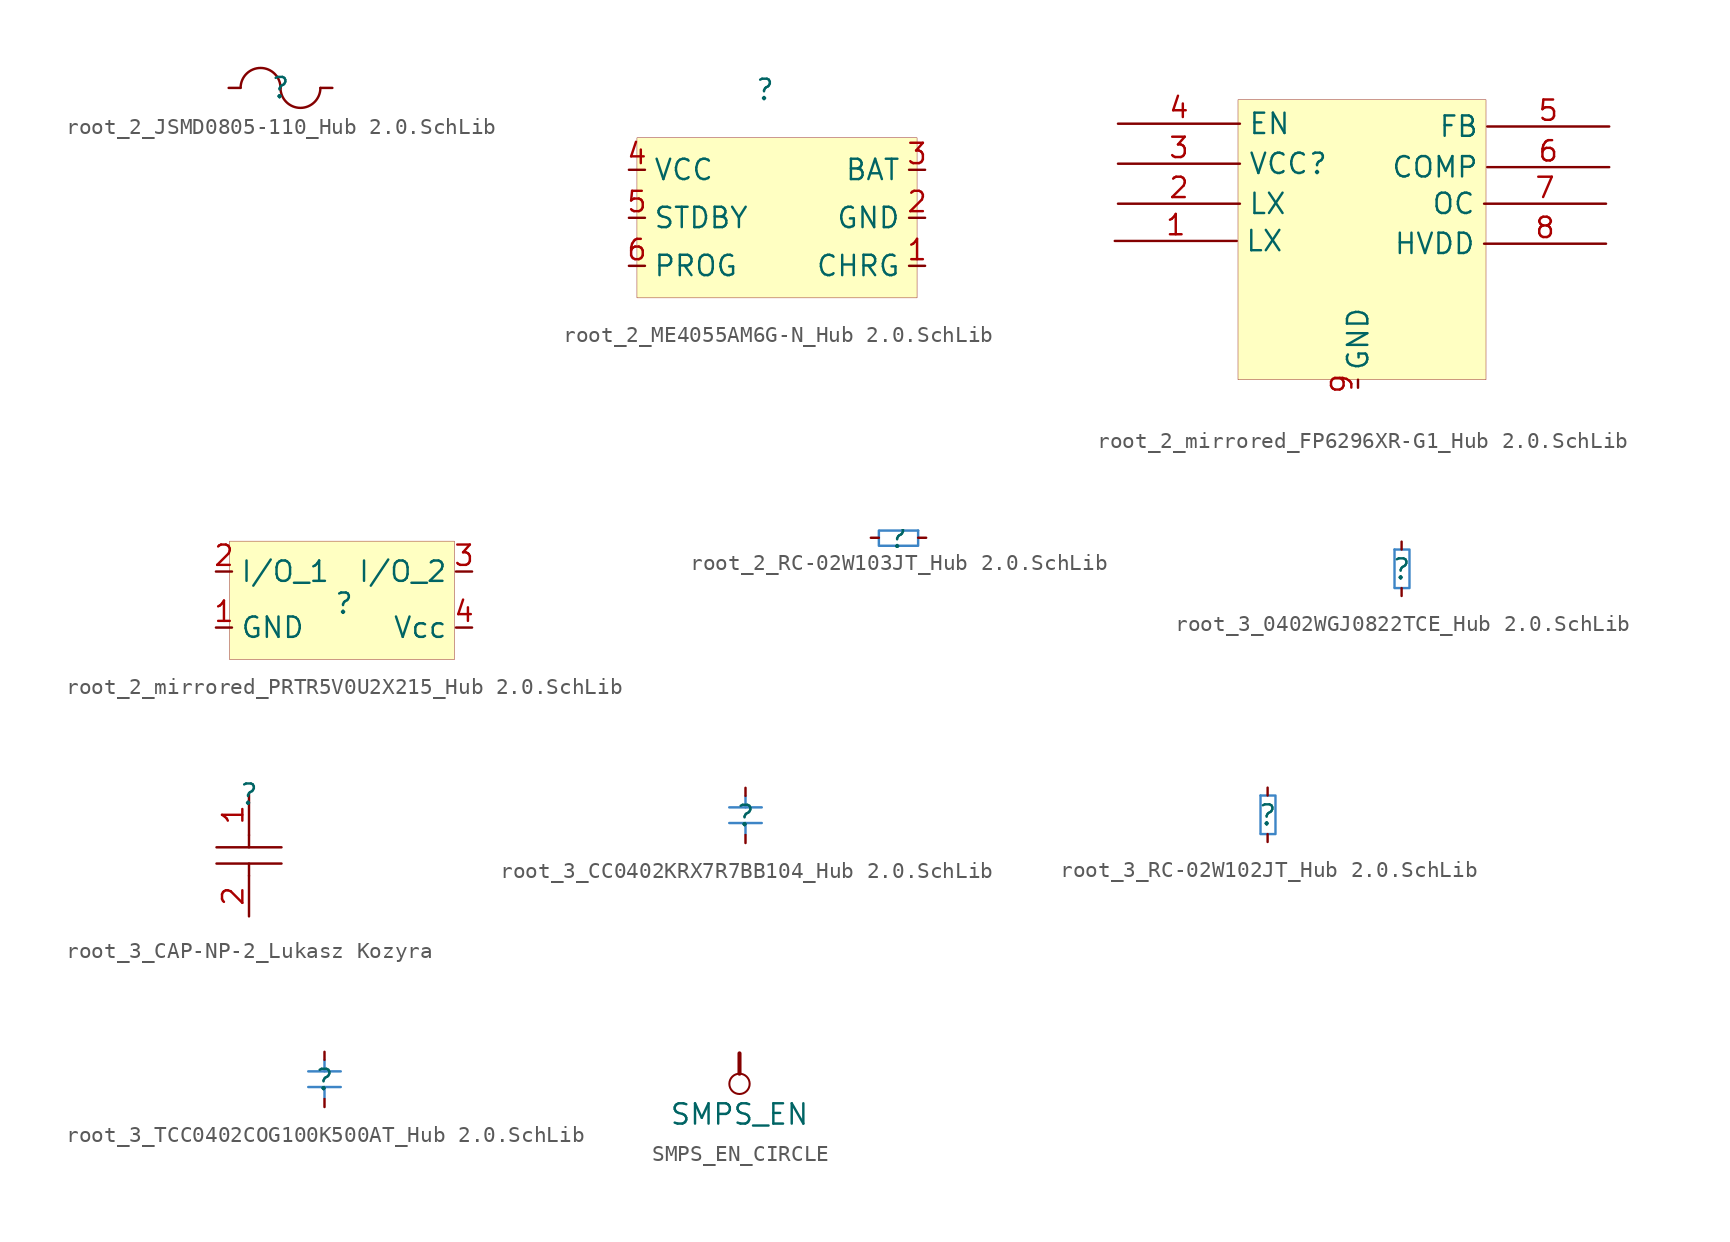
<source format=kicad_sym>
(kicad_symbol_lib
  (version 20241209)
  (generator "kicad_symbol_editor")
  (generator_version "9.0")
  (symbol "root_2_JSMD0805-110_Hub 2.0.SchLib"
    (pin_numbers
      (hide yes))
    (pin_names
      (hide yes))
    (property "Reference" ""
      (at 0 0 0)
      (effects (font (size 1.27 1.27))))
    (property "Value" ""
      (at 0 0 0)
      (effects (font (size 1.27 1.27))))
    (symbol "root_2_JSMD0805-110_Hub 2.0.SchLib_1_0"
      (arc (start -2.4998 0.0228) (mid -1.2386 1.25) (end 0 0) (stroke (width 0) (type solid)) (fill (type none)))
      (arc (start 2.5 -0.0036) (mid 1.2482 -1.25) (end 0 0) (stroke (width 0) (type solid)) (fill (type none)))
      (pin passive line (at -3.25 0 0) (length 0.75) (name "2" (effects (font (size 1.27 1.27)))) (number "2" (effects (font (size 1.27 1.27)))))
      (pin passive line (at 3.25 0 180) (length 0.75) (name "1" (effects (font (size 1.27 1.27)))) (number "1" (effects (font (size 1.27 1.27)))))))
  (symbol "root_2_ME4055AM6G-N_Hub 2.0.SchLib"
    (property "Reference" ""
      (at 0 0 0)
      (effects (font (size 1.27 1.27))))
    (property "Value" ""
      (at 0 0 0)
      (effects (font (size 1.27 1.27))))
    (symbol "root_2_ME4055AM6G-N_Hub 2.0.SchLib_1_0"
      (rectangle (start 9.5 -3) (end -8 -13) (stroke (width 0.025) (type solid) (color 128 0 0 1)) (fill (type background)))
      (pin passive line (at -8.5 -5 0) (length 1) (name "VCC" (effects (font (size 1.27 1.27)))) (number "4" (effects (font (size 1.27 1.27)))))
      (pin passive line (at -8.5 -8 0) (length 1) (name "STDBY" (effects (font (size 1.27 1.27)))) (number "5" (effects (font (size 1.27 1.27)))))
      (pin passive line (at -8.5 -11 0) (length 1) (name "PROG" (effects (font (size 1.27 1.27)))) (number "6" (effects (font (size 1.27 1.27)))))
      (pin passive line (at 10 -5 180) (length 1) (name "BAT" (effects (font (size 1.27 1.27)))) (number "3" (effects (font (size 1.27 1.27)))))
      (pin passive line (at 10 -8 180) (length 1) (name "GND" (effects (font (size 1.27 1.27)))) (number "2" (effects (font (size 1.27 1.27)))))
      (pin passive line (at 10 -11 180) (length 1) (name "CHRG" (effects (font (size 1.27 1.27)))) (number "1" (effects (font (size 1.27 1.27)))))))
  (symbol "root_2_mirrored_FP6296XR-G1_Hub 2.0.SchLib"
    (property "Reference" ""
      (at 0 0 0)
      (effects (font (size 1.27 1.27))))
    (property "Value" ""
      (at 0 0 0)
      (effects (font (size 1.27 1.27))))
    (symbol "root_2_mirrored_FP6296XR-G1_Hub 2.0.SchLib_1_0"
      (rectangle (start 10.5 4) (end -5 -13.5) (stroke (width 0.025) (type solid) (color 128 0 0 1)) (fill (type background)))
      (pin passive line (at -12.7 -4.826 0) (length 7.62) (name "LX" (effects (font (size 1.27 1.27)))) (number "1" (effects (font (size 1.27 1.27)))))
      (pin passive line (at -12.5 2.5 0) (length 7.62) (name "EN" (effects (font (size 1.27 1.27)))) (number "4" (effects (font (size 1.27 1.27)))))
      (pin passive line (at -12.5 0 0) (length 7.62) (name "VCC" (effects (font (size 1.27 1.27)))) (number "3" (effects (font (size 1.27 1.27)))))
      (pin passive line (at -12.5 -2.5 0) (length 7.62) (name "LX" (effects (font (size 1.27 1.27)))) (number "2" (effects (font (size 1.27 1.27)))))
      (pin passive line (at 2.5 -14 90) (length 0.5) (name "GND" (effects (font (size 1.27 1.27)))) (number "9" (effects (font (size 1.27 1.27)))))
      (pin passive line (at 18 -2.5 180) (length 7.62) (name "OC" (effects (font (size 1.27 1.27)))) (number "7" (effects (font (size 1.27 1.27)))))
      (pin passive line (at 18 -5 180) (length 7.62) (name "HVDD" (effects (font (size 1.27 1.27)))) (number "8" (effects (font (size 1.27 1.27)))))
      (pin passive line (at 18.2 2.326 180) (length 7.62) (name "FB" (effects (font (size 1.27 1.27)))) (number "5" (effects (font (size 1.27 1.27)))))
      (pin passive line (at 18.2 -0.214 180) (length 7.62) (name "COMP" (effects (font (size 1.27 1.27)))) (number "6" (effects (font (size 1.27 1.27)))))))
  (symbol "root_2_mirrored_PRTR5V0U2X215_Hub 2.0.SchLib"
    (property "Reference" ""
      (at 0 0 0)
      (effects (font (size 1.27 1.27))))
    (property "Value" ""
      (at 0 0 0)
      (effects (font (size 1.27 1.27))))
    (symbol "root_2_mirrored_PRTR5V0U2X215_Hub 2.0.SchLib_1_0"
      (rectangle (start 6.9 3.9) (end -7.15 -3.5) (stroke (width 0.025) (type solid) (color 128 0 0 1)) (fill (type background)))
      (pin passive line (at -8 2 0) (length 1) (name "I/O_1" (effects (font (size 1.27 1.27)))) (number "2" (effects (font (size 1.27 1.27)))))
      (pin passive line (at -8 -1.5 0) (length 1) (name "GND" (effects (font (size 1.27 1.27)))) (number "1" (effects (font (size 1.27 1.27)))))
      (pin passive line (at 8 2 180) (length 1) (name "I/O_2" (effects (font (size 1.27 1.27)))) (number "3" (effects (font (size 1.27 1.27)))))
      (pin passive line (at 8 -1.5 180) (length 1) (name "Vcc" (effects (font (size 1.27 1.27)))) (number "4" (effects (font (size 1.27 1.27)))))))
  (symbol "root_2_RC-02W103JT_Hub 2.0.SchLib"
    (pin_numbers
      (hide yes))
    (pin_names
      (hide yes))
    (property "Reference" ""
      (at 0 0 0)
      (effects (font (size 1.27 1.27))))
    (property "Value" ""
      (at 0 0 0)
      (effects (font (size 1.27 1.27))))
    (symbol "root_2_RC-02W103JT_Hub 2.0.SchLib_1_0"
      (polyline (pts (xy 1.25 0.45) (xy -1.15 0.45)) (stroke (width 0) (type solid) (color 61 133 198 1)) (fill (type none)))
      (polyline (pts (xy 1.25 0.45) (xy 1.25 -0.5) (xy -1.2 -0.5) (xy -1.2 0.45)) (stroke (width 0) (type solid) (color 61 133 198 1)) (fill (type none)))
      (pin passive line (at -1.7 0 0) (length 0.5) (name "2" (effects (font (size 1.27 1.27)))) (number "2" (effects (font (size 1.27 1.27)))))
      (pin passive line (at 1.75 0 180) (length 0.5) (name "1" (effects (font (size 1.27 1.27)))) (number "1" (effects (font (size 1.27 1.27)))))))
  (symbol "root_3_0402WGJ0822TCE_Hub 2.0.SchLib"
    (pin_numbers
      (hide yes))
    (pin_names
      (hide yes))
    (property "Reference" ""
      (at 0 0 0)
      (effects (font (size 1.27 1.27))))
    (property "Value" ""
      (at 0 0 0)
      (effects (font (size 1.27 1.27))))
    (symbol "root_3_0402WGJ0822TCE_Hub 2.0.SchLib_1_0"
      (polyline (pts (xy -0.45 1.25) (xy -0.45 -1.15)) (stroke (width 0) (type solid) (color 61 133 198 1)) (fill (type none)))
      (polyline (pts (xy -0.45 1.25) (xy 0.5 1.25) (xy 0.5 -1.2) (xy -0.45 -1.2)) (stroke (width 0) (type solid) (color 61 133 198 1)) (fill (type none)))
      (pin passive line (at 0 1.75 270) (length 0.5) (name "1" (effects (font (size 1.27 1.27)))) (number "1" (effects (font (size 1.27 1.27)))))
      (pin passive line (at 0 -1.7 90) (length 0.5) (name "2" (effects (font (size 1.27 1.27)))) (number "2" (effects (font (size 1.27 1.27)))))))
  (symbol "root_3_CAP-NP-2_Lukasz Kozyra"
    (pin_names
      (hide yes))
    (property "Reference" ""
      (at 0 0 0)
      (effects (font (size 1.27 1.27))))
    (property "Value" ""
      (at 0 0 0)
      (effects (font (size 1.27 1.27))))
    (symbol "root_3_CAP-NP-2_Lukasz Kozyra_1_0"
      (polyline (pts (xy -2.032 -3.302) (xy 2.032 -3.302)) (stroke (width 0) (type solid)) (fill (type none)))
      (polyline (pts (xy 0 -2.54) (xy 0 -3.302)) (stroke (width 0) (type solid)) (fill (type none)))
      (polyline (pts (xy 0 -5.08) (xy 0 -4.318)) (stroke (width 0) (type solid)) (fill (type none)))
      (polyline (pts (xy 2.032 -4.318) (xy -2.032 -4.318)) (stroke (width 0) (type solid)) (fill (type none)))
      (pin passive line (at 0 0 270) (length 2.54) (name "1" (effects (font (size 1.27 1.27)))) (number "1" (effects (font (size 1.27 1.27)))))
      (pin passive line (at 0 -7.62 90) (length 2.54) (name "2" (effects (font (size 1.27 1.27)))) (number "2" (effects (font (size 1.27 1.27)))))))
  (symbol "root_3_CC0402KRX7R7BB104_Hub 2.0.SchLib"
    (pin_numbers
      (hide yes))
    (pin_names
      (hide yes))
    (property "Reference" ""
      (at 0 0 0)
      (effects (font (size 1.27 1.27))))
    (property "Value" ""
      (at 0 0 0)
      (effects (font (size 1.27 1.27))))
    (symbol "root_3_CC0402KRX7R7BB104_Hub 2.0.SchLib_1_0"
      (polyline (pts (xy 0 1.228) (xy 0 0.528) (xy 1.016 0.528)) (stroke (width 0) (type solid) (color 61 133 198 1)) (fill (type none)))
      (polyline (pts (xy 0 0.528) (xy -1.016 0.528)) (stroke (width 0) (type solid) (color 61 133 198 1)) (fill (type none)))
      (polyline (pts (xy 0 -0.45) (xy 1.016 -0.45)) (stroke (width 0) (type solid) (color 61 133 198 1)) (fill (type none)))
      (polyline (pts (xy 0 -1.15) (xy 0 -0.45) (xy -1.016 -0.45)) (stroke (width 0) (type solid) (color 61 133 198 1)) (fill (type none)))
      (pin passive line (at 0 1.75 270) (length 0.5) (name "1" (effects (font (size 1.27 1.27)))) (number "1" (effects (font (size 1.27 1.27)))))
      (pin passive line (at 0 -1.7 90) (length 0.5) (name "2" (effects (font (size 1.27 1.27)))) (number "2" (effects (font (size 1.27 1.27)))))))
  (symbol "root_3_RC-02W102JT_Hub 2.0.SchLib"
    (pin_numbers
      (hide yes))
    (pin_names
      (hide yes))
    (property "Reference" ""
      (at 0 0 0)
      (effects (font (size 1.27 1.27))))
    (property "Value" ""
      (at 0 0 0)
      (effects (font (size 1.27 1.27))))
    (symbol "root_3_RC-02W102JT_Hub 2.0.SchLib_1_0"
      (polyline (pts (xy -0.45 1.25) (xy -0.45 -1.15)) (stroke (width 0) (type solid) (color 61 133 198 1)) (fill (type none)))
      (polyline (pts (xy -0.45 1.25) (xy 0.5 1.25) (xy 0.5 -1.2) (xy -0.45 -1.2)) (stroke (width 0) (type solid) (color 61 133 198 1)) (fill (type none)))
      (pin passive line (at 0 1.75 270) (length 0.5) (name "1" (effects (font (size 1.27 1.27)))) (number "1" (effects (font (size 1.27 1.27)))))
      (pin passive line (at 0 -1.7 90) (length 0.5) (name "2" (effects (font (size 1.27 1.27)))) (number "2" (effects (font (size 1.27 1.27)))))))
  (symbol "root_3_TCC0402COG100K500AT_Hub 2.0.SchLib"
    (pin_numbers
      (hide yes))
    (pin_names
      (hide yes))
    (property "Reference" ""
      (at 0 0 0)
      (effects (font (size 1.27 1.27))))
    (property "Value" ""
      (at 0 0 0)
      (effects (font (size 1.27 1.27))))
    (symbol "root_3_TCC0402COG100K500AT_Hub 2.0.SchLib_1_0"
      (polyline (pts (xy 0 1.228) (xy 0 0.528) (xy 1.016 0.528)) (stroke (width 0) (type solid) (color 61 133 198 1)) (fill (type none)))
      (polyline (pts (xy 0 0.528) (xy -1.016 0.528)) (stroke (width 0) (type solid) (color 61 133 198 1)) (fill (type none)))
      (polyline (pts (xy 0 -0.45) (xy 1.016 -0.45)) (stroke (width 0) (type solid) (color 61 133 198 1)) (fill (type none)))
      (polyline (pts (xy 0 -1.15) (xy 0 -0.45) (xy -1.016 -0.45)) (stroke (width 0) (type solid) (color 61 133 198 1)) (fill (type none)))
      (pin passive line (at 0 1.75 270) (length 0.5) (name "1" (effects (font (size 1.27 1.27)))) (number "1" (effects (font (size 1.27 1.27)))))
      (pin passive line (at 0 -1.7 90) (length 0.5) (name "2" (effects (font (size 1.27 1.27)))) (number "2" (effects (font (size 1.27 1.27)))))))
  (symbol "SMPS_EN_CIRCLE"
    (power)
    (property "Reference" "#PWR"
      (at 0 0 0)
      (effects (font (size 1.27 1.27)) (hide yes)))
    (property "Value" "SMPS_EN"
      (at 0 -3.81 0)
      (effects (font (size 1.27 1.27))))
    (symbol "SMPS_EN_CIRCLE_0_0"
      (polyline (pts (xy 0 0) (xy 0 -1.27)) (stroke (width 0.254) (type solid)) (fill (type none)))
      (circle (center 0 -1.905) (radius 0.635) (stroke (width 0.127) (type solid)) (fill (type none)))
      (pin power_in line (at 0 0 0) (length 0) (hide yes) (name "SMPS_EN" (effects (font (size 1.27 1.27)))) (number "" (effects (font (size 1.27 1.27))))))))
</source>
